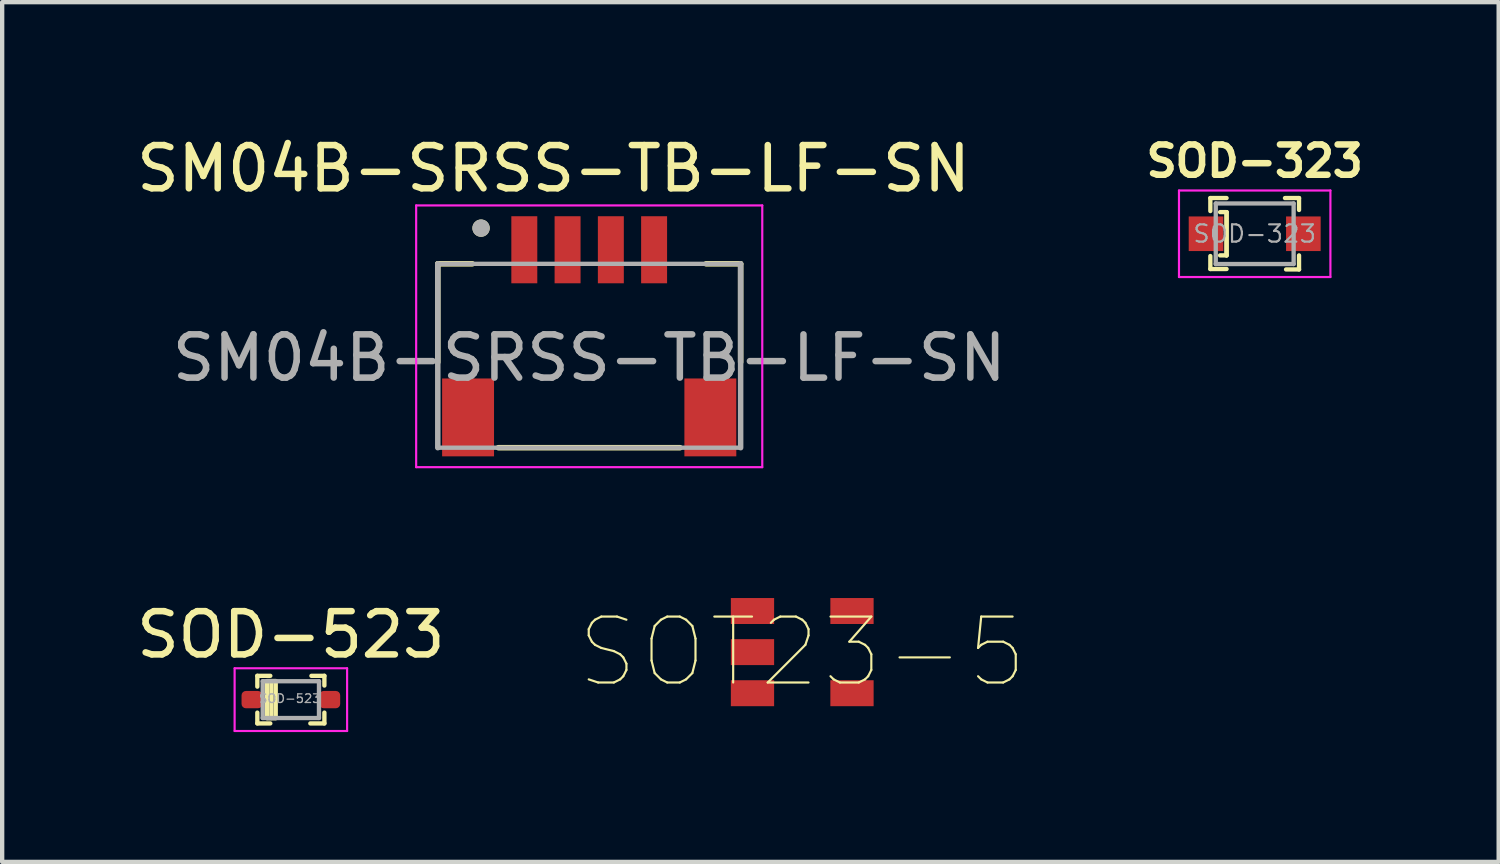
<source format=kicad_pcb>
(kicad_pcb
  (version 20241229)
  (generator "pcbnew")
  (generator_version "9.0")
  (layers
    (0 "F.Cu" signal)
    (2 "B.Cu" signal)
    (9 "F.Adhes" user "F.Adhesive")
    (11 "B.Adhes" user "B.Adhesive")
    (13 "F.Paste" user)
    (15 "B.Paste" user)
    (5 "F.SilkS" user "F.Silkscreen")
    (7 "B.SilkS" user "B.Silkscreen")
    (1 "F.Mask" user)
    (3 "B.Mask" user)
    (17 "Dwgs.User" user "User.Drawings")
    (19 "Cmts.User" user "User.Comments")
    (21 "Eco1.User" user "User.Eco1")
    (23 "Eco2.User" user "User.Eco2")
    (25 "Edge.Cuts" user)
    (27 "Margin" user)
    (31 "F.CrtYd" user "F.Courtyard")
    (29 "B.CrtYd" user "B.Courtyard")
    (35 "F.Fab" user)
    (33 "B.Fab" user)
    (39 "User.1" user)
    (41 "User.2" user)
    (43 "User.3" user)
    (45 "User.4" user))
  (footprint "SOD-323"
    (layer "F.Cu")
    (at 25.951 2.353)
    (property "Reference" "SOD-323" (at 0 -1.68 0) (layer "F.SilkS") (effects (font (size 0.7 0.7) (thickness 0.15))))
    (attr smd)
    (fp_line (start -1.025 -0.825) (end -1.025 -0.525) (stroke (width 0.1) (type solid)) (layer "F.SilkS"))
    (fp_line (start -1.025 0.515) (end -1.025 0.815) (stroke (width 0.1) (type solid)) (layer "F.SilkS"))
    (fp_line (start -0.8 0.5) (end -0.65 0.5) (stroke (width 0.1) (type solid)) (layer "F.SilkS"))
    (fp_line (start -0.65 -0.825) (end -1.025 -0.825) (stroke (width 0.1) (type solid)) (layer "F.SilkS"))
    (fp_line (start -0.65 -0.5) (end -0.8 -0.5) (stroke (width 0.1) (type solid)) (layer "F.SilkS"))
    (fp_line (start -0.65 -0.5) (end -0.65 0.5) (stroke (width 0.1) (type solid)) (layer "F.SilkS"))
    (fp_line (start -0.65 0.5) (end -0.65 -0.5) (stroke (width 0.1) (type solid)) (layer "F.SilkS"))
    (fp_line (start -0.65 0.815) (end -1.025 0.815) (stroke (width 0.1) (type solid)) (layer "F.SilkS"))
    (fp_line (start 0.7 -0.825) (end 1.025 -0.825) (stroke (width 0.1) (type solid)) (layer "F.SilkS"))
    (fp_line (start 1.025 -0.825) (end 1.025 -0.55) (stroke (width 0.1) (type solid)) (layer "F.SilkS"))
    (fp_line (start 1.025 0.5) (end 1.025 0.825) (stroke (width 0.1) (type solid)) (layer "F.SilkS"))
    (fp_line (start 1.025 0.825) (end 0.725 0.825) (stroke (width 0.1) (type solid)) (layer "F.SilkS"))
    (fp_line (start -1.75 -1) (end 1.75 -1) (stroke (width 0.05) (type solid)) (layer "F.CrtYd"))
    (fp_line (start -1.75 1) (end -1.75 -1) (stroke (width 0.05) (type solid)) (layer "F.CrtYd"))
    (fp_line (start 1.75 -1) (end 1.75 1) (stroke (width 0.05) (type solid)) (layer "F.CrtYd"))
    (fp_line (start 1.75 1) (end -1.75 1) (stroke (width 0.05) (type solid)) (layer "F.CrtYd"))
    (fp_line (start -0.9 0.7) (end -0.9 -0.7) (stroke (width 0.1) (type solid)) (layer "F.Fab"))
    (fp_line (start -0.9 0.7) (end 0.9 0.7) (stroke (width 0.1) (type solid)) (layer "F.Fab"))
    (fp_line (start 0.9 -0.7) (end -0.9 -0.7) (stroke (width 0.1) (type solid)) (layer "F.Fab"))
    (fp_line (start 0.9 -0.7) (end 0.9 0.7) (stroke (width 0.1) (type solid)) (layer "F.Fab"))
    (fp_text user "${REFERENCE}" (at 0 0 0) (layer "F.Fab") (effects (font (size 0.4 0.4) (thickness 0.05))))
    (pad "A" smd rect (at 1.125 0) (size 0.8 0.8) (layers "F.Cu" "F.Mask" "F.Paste"))
    (pad "K" smd rect (at -1.125 0) (size 0.8 0.8) (layers "F.Cu" "F.Mask" "F.Paste")))
  (footprint "SM04B-SRSS-TB-LF-SN"
    (layer "F.Cu")
    (at 10.569 2.723)
    (property "Reference" "SM04B-SRSS-TB-LF-SN" (at -0.825 -1.875 0) (layer "F.SilkS") (effects (font (size 1 1) (thickness 0.15))))
    (attr smd)
    (fp_line (start -3.5 0.325) (end -3.5 2.6) (stroke (width 0.127) (type solid)) (layer "F.SilkS"))
    (fp_line (start -2.7 0.325) (end -3.5 0.325) (stroke (width 0.127) (type solid)) (layer "F.SilkS"))
    (fp_line (start -2.1 4.575) (end 2.1 4.575) (stroke (width 0.127) (type solid)) (layer "F.SilkS"))
    (fp_line (start 2.7 0.325) (end 3.5 0.325) (stroke (width 0.127) (type solid)) (layer "F.SilkS"))
    (fp_line (start 3.5 0.325) (end 3.5 2.6) (stroke (width 0.127) (type solid)) (layer "F.SilkS"))
    (fp_circle (center -2.5 -0.5) (end -2.4 -0.5) (stroke (width 0.2) (type solid)) (fill no) (layer "F.SilkS"))
    (fp_line (start -4 -1.025) (end 4 -1.025) (stroke (width 0.05) (type solid)) (layer "F.CrtYd"))
    (fp_line (start -4 5.025) (end -4 -1.025) (stroke (width 0.05) (type solid)) (layer "F.CrtYd"))
    (fp_line (start 4 -1.025) (end 4 5.025) (stroke (width 0.05) (type solid)) (layer "F.CrtYd"))
    (fp_line (start 4 5.025) (end -4 5.025) (stroke (width 0.05) (type solid)) (layer "F.CrtYd"))
    (fp_line (start -3.5 4.575) (end -3.5 0.325) (stroke (width 0.127) (type solid)) (layer "F.Fab"))
    (fp_line (start -3.5 4.575) (end 3.5 4.575) (stroke (width 0.1) (type solid)) (layer "F.Fab"))
    (fp_line (start 3.5 0.325) (end -3.5 0.325) (stroke (width 0.1) (type solid)) (layer "F.Fab"))
    (fp_line (start 3.5 0.325) (end 3.5 4.575) (stroke (width 0.127) (type solid)) (layer "F.Fab"))
    (fp_circle (center -2.5 -0.5) (end -2.4 -0.5) (stroke (width 0.2) (type solid)) (fill no) (layer "F.Fab"))
    (fp_text user "${REFERENCE}" (at 0 2.5 0) (layer "F.Fab") (effects (font (size 1 1) (thickness 0.15))))
    (pad "1" smd rect (at -1.5 0 180) (size 0.6 1.55) (layers "F.Cu" "F.Mask" "F.Paste"))
    (pad "2" smd rect (at -0.5 0 180) (size 0.6 1.55) (layers "F.Cu" "F.Mask" "F.Paste"))
    (pad "3" smd rect (at 0.5 0 180) (size 0.6 1.55) (layers "F.Cu" "F.Mask" "F.Paste"))
    (pad "4" smd rect (at 1.5 0 180) (size 0.6 1.55) (layers "F.Cu" "F.Mask" "F.Paste"))
    (pad "S1" smd rect (at -2.8 3.875) (size 1.2 1.8) (layers "F.Cu" "F.Mask" "F.Paste"))
    (pad "S2" smd rect (at 2.8 3.875) (size 1.2 1.8) (layers "F.Cu" "F.Mask" "F.Paste")))
  (footprint "SOD-523"
    (layer "F.Cu")
    (at 3.673 13.121)
    (property "Reference" "SOD-523" (at 0 -1.5 0) (layer "F.SilkS") (effects (font (size 1 1) (thickness 0.15))))
    (attr smd)
    (fp_line (start -0.775 -0.55) (end -0.775 -0.3) (stroke (width 0.1) (type solid)) (layer "F.SilkS"))
    (fp_line (start -0.775 0.3) (end -0.775 0.55) (stroke (width 0.1) (type solid)) (layer "F.SilkS"))
    (fp_line (start -0.55 -0.43) (end -0.35 -0.43) (stroke (width 0.1) (type solid)) (layer "F.SilkS"))
    (fp_line (start -0.55 0.425) (end -0.55 -0.425) (stroke (width 0.1) (type solid)) (layer "F.SilkS"))
    (fp_line (start -0.55 0.43) (end -0.35 0.43) (stroke (width 0.1) (type solid)) (layer "F.SilkS"))
    (fp_line (start -0.475 -0.55) (end -0.775 -0.55) (stroke (width 0.1) (type solid)) (layer "F.SilkS"))
    (fp_line (start -0.475 0.55) (end -0.775 0.55) (stroke (width 0.1) (type solid)) (layer "F.SilkS"))
    (fp_line (start -0.45 0.425) (end -0.45 -0.425) (stroke (width 0.1) (type solid)) (layer "F.SilkS"))
    (fp_line (start -0.35 0.425) (end -0.35 -0.425) (stroke (width 0.1) (type solid)) (layer "F.SilkS"))
    (fp_line (start 0.475 -0.55) (end 0.775 -0.55) (stroke (width 0.1) (type solid)) (layer "F.SilkS"))
    (fp_line (start 0.775 -0.55) (end 0.775 -0.325) (stroke (width 0.1) (type solid)) (layer "F.SilkS"))
    (fp_line (start 0.775 0.55) (end 0.45 0.55) (stroke (width 0.1) (type solid)) (layer "F.SilkS"))
    (fp_line (start 0.775 0.55) (end 0.775 0.3) (stroke (width 0.1) (type solid)) (layer "F.SilkS"))
    (fp_line (start -1.3 -0.725) (end 1.3 -0.725) (stroke (width 0.05) (type solid)) (layer "F.CrtYd"))
    (fp_line (start -1.3 0.725) (end -1.3 -0.725) (stroke (width 0.05) (type solid)) (layer "F.CrtYd"))
    (fp_line (start 1.3 -0.725) (end 1.3 0.725) (stroke (width 0.05) (type solid)) (layer "F.CrtYd"))
    (fp_line (start 1.3 0.725) (end -1.3 0.725) (stroke (width 0.05) (type solid)) (layer "F.CrtYd"))
    (fp_line (start -0.65 -0.425) (end 0.65 -0.425) (stroke (width 0.1) (type solid)) (layer "F.Fab"))
    (fp_line (start -0.65 0.425) (end -0.65 -0.425) (stroke (width 0.1) (type solid)) (layer "F.Fab"))
    (fp_line (start -0.65 0.425) (end 0.65 0.425) (stroke (width 0.1) (type solid)) (layer "F.Fab"))
    (fp_line (start 0.65 -0.425) (end 0.65 0.425) (stroke (width 0.1) (type solid)) (layer "F.Fab"))
    (fp_text user "${REFERENCE}" (at -0.025 -0.025 0) (layer "F.Fab") (effects (font (size 0.2 0.2) (thickness 0.03))))
    (pad "1" smd roundrect (at -0.9 0) (size 0.48 0.4) (layers "F.Cu" "F.Mask" "F.Paste") (roundrect_rratio 0.25))
    (pad "2" smd roundrect (at 0.9 0) (size 0.48 0.4) (layers "F.Cu" "F.Mask" "F.Paste") (roundrect_rratio 0.25)))
  (footprint "SOT23-5"
    (layer "F.Cu")
    (at 15.493 12.023)
    (property "Reference" "SOT23-5" (at 0 0 180) (layer "F.SilkS") (effects (font (size 1.524 1.524) (thickness 0.05))))
    (attr smd)
    (pad "1" smd rect (at -1.15 -0.95 90) (size 0.6 1) (layers "F.Cu" "F.Mask" "F.Paste"))
    (pad "2" smd rect (at -1.15 0 90) (size 0.6 1) (layers "F.Cu" "F.Mask" "F.Paste"))
    (pad "3" smd rect (at -1.15 0.95 90) (size 0.6 1) (layers "F.Cu" "F.Mask" "F.Paste"))
    (pad "4" smd rect (at 1.15 0.95 90) (size 0.6 1) (layers "F.Cu" "F.Mask" "F.Paste"))
    (pad "5" smd rect (at 1.15 -0.95 90) (size 0.6 1) (layers "F.Cu" "F.Mask" "F.Paste")))
  (gr_rect
    (start -3 -3)
    (end 31.59 16.872)
    (stroke (width 0.1) (type default))
    (fill no)
    (layer "Edge.Cuts")))
</source>
